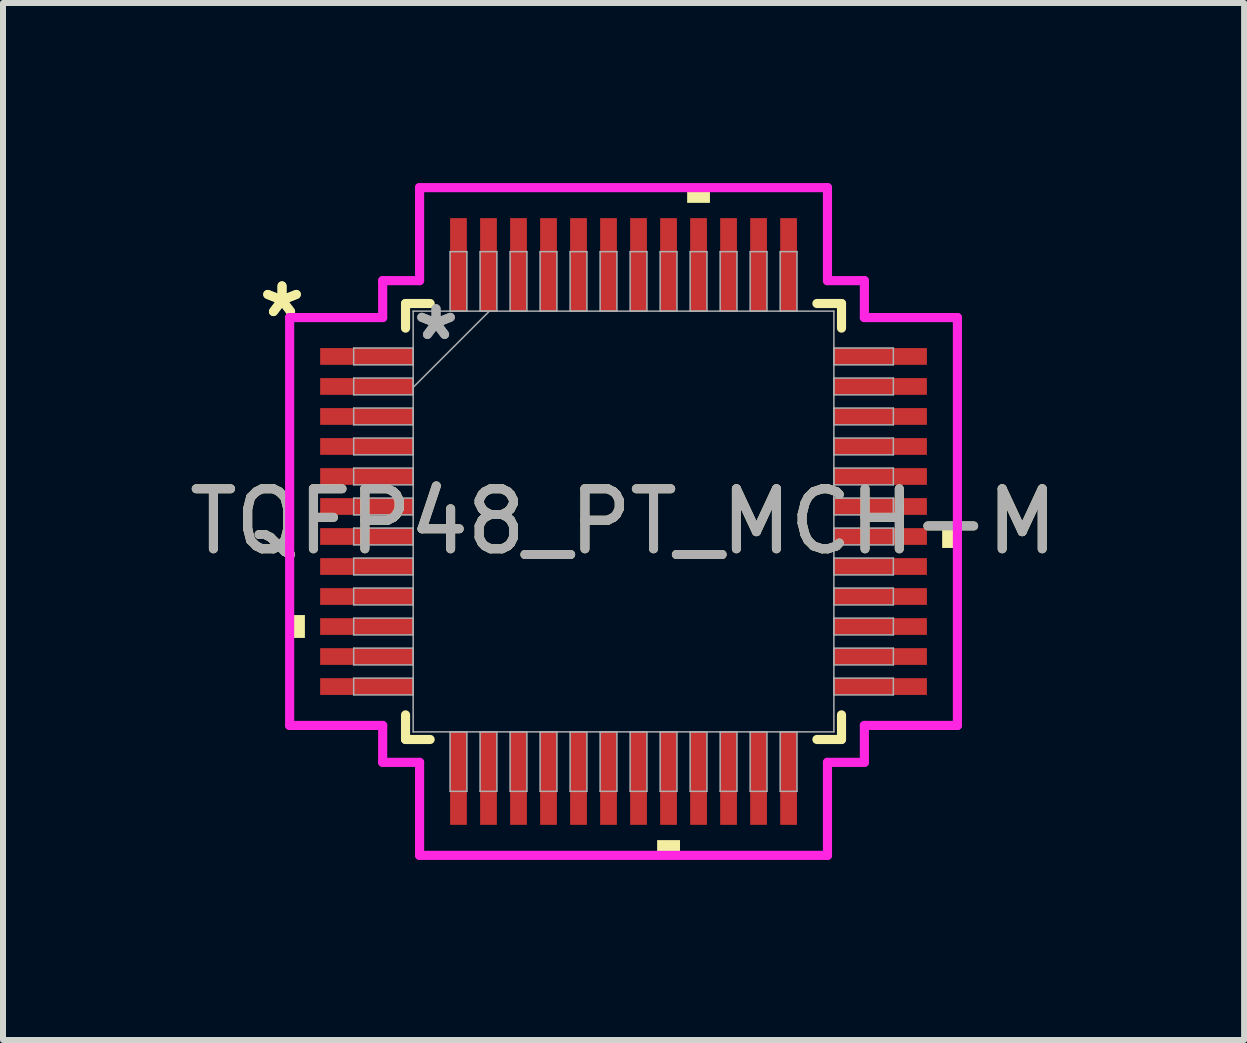
<source format=kicad_pcb>
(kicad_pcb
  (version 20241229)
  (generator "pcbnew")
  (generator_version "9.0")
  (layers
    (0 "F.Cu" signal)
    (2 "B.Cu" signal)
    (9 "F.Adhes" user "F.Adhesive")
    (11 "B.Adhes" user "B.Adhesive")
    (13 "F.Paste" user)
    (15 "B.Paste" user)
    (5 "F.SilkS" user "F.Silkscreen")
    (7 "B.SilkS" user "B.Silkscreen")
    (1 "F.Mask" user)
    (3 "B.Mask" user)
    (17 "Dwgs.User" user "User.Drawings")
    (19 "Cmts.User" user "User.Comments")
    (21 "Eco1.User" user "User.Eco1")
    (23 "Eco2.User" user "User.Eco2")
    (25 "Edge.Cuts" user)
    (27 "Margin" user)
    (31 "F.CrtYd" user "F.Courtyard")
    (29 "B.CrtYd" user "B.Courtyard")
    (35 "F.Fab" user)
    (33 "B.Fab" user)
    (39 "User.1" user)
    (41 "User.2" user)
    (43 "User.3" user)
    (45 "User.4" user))
  (footprint "TQFP48_PT_MCH-M"
    (layer "F.Cu")
    (at 7.339 5.639)
    (property "Reference" "TQFP48_PT_MCH-M" (at 0 0 0) (unlocked yes) (layer "F.SilkS") (effects (font (size 1 1) (thickness 0.15))))
    (attr smd)
    (fp_line (start -3.632 -3.632) (end -3.632 -3.222) (stroke (width 0.152) (type solid)) (layer "F.SilkS"))
    (fp_line (start -3.632 3.222) (end -3.632 3.632) (stroke (width 0.152) (type solid)) (layer "F.SilkS"))
    (fp_line (start -3.632 3.632) (end -3.222 3.632) (stroke (width 0.152) (type solid)) (layer "F.SilkS"))
    (fp_line (start -3.222 -3.632) (end -3.632 -3.632) (stroke (width 0.152) (type solid)) (layer "F.SilkS"))
    (fp_line (start 3.222 3.632) (end 3.632 3.632) (stroke (width 0.152) (type solid)) (layer "F.SilkS"))
    (fp_line (start 3.632 -3.632) (end 3.222 -3.632) (stroke (width 0.152) (type solid)) (layer "F.SilkS"))
    (fp_line (start 3.632 -3.222) (end 3.632 -3.632) (stroke (width 0.152) (type solid)) (layer "F.SilkS"))
    (fp_line (start 3.632 3.632) (end 3.632 3.222) (stroke (width 0.152) (type solid)) (layer "F.SilkS"))
    (fp_poly (pts (xy -5.563 1.559) (xy -5.563 1.94) (xy -5.309 1.94) (xy -5.309 1.559)) (stroke (width 0) (type solid)) (fill yes) (layer "F.SilkS"))
    (fp_poly (pts (xy 0.56 5.309) (xy 0.56 5.563) (xy 0.941 5.563) (xy 0.941 5.309)) (stroke (width 0) (type solid)) (fill yes) (layer "F.SilkS"))
    (fp_poly (pts (xy 1.06 -5.309) (xy 1.06 -5.563) (xy 1.44 -5.563) (xy 1.44 -5.309)) (stroke (width 0) (type solid)) (fill yes) (layer "F.SilkS"))
    (fp_poly (pts (xy 5.563 0.059) (xy 5.563 0.441) (xy 5.309 0.441) (xy 5.309 0.059)) (stroke (width 0) (type solid)) (fill yes) (layer "F.SilkS"))
    (fp_line (start -5.563 -3.398) (end -4.013 -3.398) (stroke (width 0.152) (type solid)) (layer "F.CrtYd"))
    (fp_line (start -5.563 3.398) (end -5.563 -3.398) (stroke (width 0.152) (type solid)) (layer "F.CrtYd"))
    (fp_line (start -4.013 -4.013) (end -3.398 -4.013) (stroke (width 0.152) (type solid)) (layer "F.CrtYd"))
    (fp_line (start -4.013 -3.398) (end -4.013 -4.013) (stroke (width 0.152) (type solid)) (layer "F.CrtYd"))
    (fp_line (start -4.013 3.398) (end -5.563 3.398) (stroke (width 0.152) (type solid)) (layer "F.CrtYd"))
    (fp_line (start -4.013 4.013) (end -4.013 3.398) (stroke (width 0.152) (type solid)) (layer "F.CrtYd"))
    (fp_line (start -4.013 4.013) (end -3.398 4.013) (stroke (width 0.152) (type solid)) (layer "F.CrtYd"))
    (fp_line (start -3.398 -5.563) (end 3.398 -5.563) (stroke (width 0.152) (type solid)) (layer "F.CrtYd"))
    (fp_line (start -3.398 -4.013) (end -3.398 -5.563) (stroke (width 0.152) (type solid)) (layer "F.CrtYd"))
    (fp_line (start -3.398 4.013) (end -3.398 5.563) (stroke (width 0.152) (type solid)) (layer "F.CrtYd"))
    (fp_line (start -3.398 5.563) (end 3.398 5.563) (stroke (width 0.152) (type solid)) (layer "F.CrtYd"))
    (fp_line (start 3.398 -5.563) (end 3.398 -4.013) (stroke (width 0.152) (type solid)) (layer "F.CrtYd"))
    (fp_line (start 3.398 -4.013) (end 4.013 -4.013) (stroke (width 0.152) (type solid)) (layer "F.CrtYd"))
    (fp_line (start 3.398 4.013) (end 4.013 4.013) (stroke (width 0.152) (type solid)) (layer "F.CrtYd"))
    (fp_line (start 3.398 5.563) (end 3.398 4.013) (stroke (width 0.152) (type solid)) (layer "F.CrtYd"))
    (fp_line (start 4.013 -3.398) (end 4.013 -4.013) (stroke (width 0.152) (type solid)) (layer "F.CrtYd"))
    (fp_line (start 4.013 3.398) (end 5.563 3.398) (stroke (width 0.152) (type solid)) (layer "F.CrtYd"))
    (fp_line (start 4.013 4.013) (end 4.013 3.398) (stroke (width 0.152) (type solid)) (layer "F.CrtYd"))
    (fp_line (start 5.563 -3.398) (end 4.013 -3.398) (stroke (width 0.152) (type solid)) (layer "F.CrtYd"))
    (fp_line (start 5.563 3.398) (end 5.563 -3.398) (stroke (width 0.152) (type solid)) (layer "F.CrtYd"))
    (fp_line (start -4.496 -2.89) (end -4.496 -2.61) (stroke (width 0.025) (type solid)) (layer "F.Fab"))
    (fp_line (start -4.496 -2.61) (end -3.505 -2.61) (stroke (width 0.025) (type solid)) (layer "F.Fab"))
    (fp_line (start -4.496 -2.39) (end -4.496 -2.11) (stroke (width 0.025) (type solid)) (layer "F.Fab"))
    (fp_line (start -4.496 -2.11) (end -3.505 -2.11) (stroke (width 0.025) (type solid)) (layer "F.Fab"))
    (fp_line (start -4.496 -1.89) (end -4.496 -1.61) (stroke (width 0.025) (type solid)) (layer "F.Fab"))
    (fp_line (start -4.496 -1.61) (end -3.505 -1.61) (stroke (width 0.025) (type solid)) (layer "F.Fab"))
    (fp_line (start -4.496 -1.39) (end -4.496 -1.11) (stroke (width 0.025) (type solid)) (layer "F.Fab"))
    (fp_line (start -4.496 -1.11) (end -3.505 -1.11) (stroke (width 0.025) (type solid)) (layer "F.Fab"))
    (fp_line (start -4.496 -0.89) (end -4.496 -0.61) (stroke (width 0.025) (type solid)) (layer "F.Fab"))
    (fp_line (start -4.496 -0.61) (end -3.505 -0.61) (stroke (width 0.025) (type solid)) (layer "F.Fab"))
    (fp_line (start -4.496 -0.39) (end -4.496 -0.11) (stroke (width 0.025) (type solid)) (layer "F.Fab"))
    (fp_line (start -4.496 -0.11) (end -3.505 -0.11) (stroke (width 0.025) (type solid)) (layer "F.Fab"))
    (fp_line (start -4.496 0.11) (end -4.496 0.39) (stroke (width 0.025) (type solid)) (layer "F.Fab"))
    (fp_line (start -4.496 0.39) (end -3.505 0.39) (stroke (width 0.025) (type solid)) (layer "F.Fab"))
    (fp_line (start -4.496 0.61) (end -4.496 0.89) (stroke (width 0.025) (type solid)) (layer "F.Fab"))
    (fp_line (start -4.496 0.89) (end -3.505 0.89) (stroke (width 0.025) (type solid)) (layer "F.Fab"))
    (fp_line (start -4.496 1.11) (end -4.496 1.39) (stroke (width 0.025) (type solid)) (layer "F.Fab"))
    (fp_line (start -4.496 1.39) (end -3.505 1.39) (stroke (width 0.025) (type solid)) (layer "F.Fab"))
    (fp_line (start -4.496 1.61) (end -4.496 1.89) (stroke (width 0.025) (type solid)) (layer "F.Fab"))
    (fp_line (start -4.496 1.89) (end -3.505 1.89) (stroke (width 0.025) (type solid)) (layer "F.Fab"))
    (fp_line (start -4.496 2.11) (end -4.496 2.39) (stroke (width 0.025) (type solid)) (layer "F.Fab"))
    (fp_line (start -4.496 2.39) (end -3.505 2.39) (stroke (width 0.025) (type solid)) (layer "F.Fab"))
    (fp_line (start -4.496 2.61) (end -4.496 2.89) (stroke (width 0.025) (type solid)) (layer "F.Fab"))
    (fp_line (start -4.496 2.89) (end -3.505 2.89) (stroke (width 0.025) (type solid)) (layer "F.Fab"))
    (fp_line (start -3.505 -3.505) (end -3.505 3.505) (stroke (width 0.025) (type solid)) (layer "F.Fab"))
    (fp_line (start -3.505 -2.89) (end -4.496 -2.89) (stroke (width 0.025) (type solid)) (layer "F.Fab"))
    (fp_line (start -3.505 -2.61) (end -3.505 -2.89) (stroke (width 0.025) (type solid)) (layer "F.Fab"))
    (fp_line (start -3.505 -2.39) (end -4.496 -2.39) (stroke (width 0.025) (type solid)) (layer "F.Fab"))
    (fp_line (start -3.505 -2.235) (end -2.235 -3.505) (stroke (width 0.025) (type solid)) (layer "F.Fab"))
    (fp_line (start -3.505 -2.11) (end -3.505 -2.39) (stroke (width 0.025) (type solid)) (layer "F.Fab"))
    (fp_line (start -3.505 -1.89) (end -4.496 -1.89) (stroke (width 0.025) (type solid)) (layer "F.Fab"))
    (fp_line (start -3.505 -1.61) (end -3.505 -1.89) (stroke (width 0.025) (type solid)) (layer "F.Fab"))
    (fp_line (start -3.505 -1.39) (end -4.496 -1.39) (stroke (width 0.025) (type solid)) (layer "F.Fab"))
    (fp_line (start -3.505 -1.11) (end -3.505 -1.39) (stroke (width 0.025) (type solid)) (layer "F.Fab"))
    (fp_line (start -3.505 -0.89) (end -4.496 -0.89) (stroke (width 0.025) (type solid)) (layer "F.Fab"))
    (fp_line (start -3.505 -0.61) (end -3.505 -0.89) (stroke (width 0.025) (type solid)) (layer "F.Fab"))
    (fp_line (start -3.505 -0.39) (end -4.496 -0.39) (stroke (width 0.025) (type solid)) (layer "F.Fab"))
    (fp_line (start -3.505 -0.11) (end -3.505 -0.39) (stroke (width 0.025) (type solid)) (layer "F.Fab"))
    (fp_line (start -3.505 0.11) (end -4.496 0.11) (stroke (width 0.025) (type solid)) (layer "F.Fab"))
    (fp_line (start -3.505 0.39) (end -3.505 0.11) (stroke (width 0.025) (type solid)) (layer "F.Fab"))
    (fp_line (start -3.505 0.61) (end -4.496 0.61) (stroke (width 0.025) (type solid)) (layer "F.Fab"))
    (fp_line (start -3.505 0.89) (end -3.505 0.61) (stroke (width 0.025) (type solid)) (layer "F.Fab"))
    (fp_line (start -3.505 1.11) (end -4.496 1.11) (stroke (width 0.025) (type solid)) (layer "F.Fab"))
    (fp_line (start -3.505 1.39) (end -3.505 1.11) (stroke (width 0.025) (type solid)) (layer "F.Fab"))
    (fp_line (start -3.505 1.61) (end -4.496 1.61) (stroke (width 0.025) (type solid)) (layer "F.Fab"))
    (fp_line (start -3.505 1.89) (end -3.505 1.61) (stroke (width 0.025) (type solid)) (layer "F.Fab"))
    (fp_line (start -3.505 2.11) (end -4.496 2.11) (stroke (width 0.025) (type solid)) (layer "F.Fab"))
    (fp_line (start -3.505 2.39) (end -3.505 2.11) (stroke (width 0.025) (type solid)) (layer "F.Fab"))
    (fp_line (start -3.505 2.61) (end -4.496 2.61) (stroke (width 0.025) (type solid)) (layer "F.Fab"))
    (fp_line (start -3.505 2.89) (end -3.505 2.61) (stroke (width 0.025) (type solid)) (layer "F.Fab"))
    (fp_line (start -3.505 3.505) (end 3.505 3.505) (stroke (width 0.025) (type solid)) (layer "F.Fab"))
    (fp_line (start -2.89 -4.496) (end -2.89 -3.505) (stroke (width 0.025) (type solid)) (layer "F.Fab"))
    (fp_line (start -2.89 -3.505) (end -2.61 -3.505) (stroke (width 0.025) (type solid)) (layer "F.Fab"))
    (fp_line (start -2.89 3.505) (end -2.89 4.496) (stroke (width 0.025) (type solid)) (layer "F.Fab"))
    (fp_line (start -2.89 4.496) (end -2.61 4.496) (stroke (width 0.025) (type solid)) (layer "F.Fab"))
    (fp_line (start -2.61 -4.496) (end -2.89 -4.496) (stroke (width 0.025) (type solid)) (layer "F.Fab"))
    (fp_line (start -2.61 -3.505) (end -2.61 -4.496) (stroke (width 0.025) (type solid)) (layer "F.Fab"))
    (fp_line (start -2.61 3.505) (end -2.89 3.505) (stroke (width 0.025) (type solid)) (layer "F.Fab"))
    (fp_line (start -2.61 4.496) (end -2.61 3.505) (stroke (width 0.025) (type solid)) (layer "F.Fab"))
    (fp_line (start -2.39 -4.496) (end -2.39 -3.505) (stroke (width 0.025) (type solid)) (layer "F.Fab"))
    (fp_line (start -2.39 -3.505) (end -2.11 -3.505) (stroke (width 0.025) (type solid)) (layer "F.Fab"))
    (fp_line (start -2.39 3.505) (end -2.39 4.496) (stroke (width 0.025) (type solid)) (layer "F.Fab"))
    (fp_line (start -2.39 4.496) (end -2.11 4.496) (stroke (width 0.025) (type solid)) (layer "F.Fab"))
    (fp_line (start -2.11 -4.496) (end -2.39 -4.496) (stroke (width 0.025) (type solid)) (layer "F.Fab"))
    (fp_line (start -2.11 -3.505) (end -2.11 -4.496) (stroke (width 0.025) (type solid)) (layer "F.Fab"))
    (fp_line (start -2.11 3.505) (end -2.39 3.505) (stroke (width 0.025) (type solid)) (layer "F.Fab"))
    (fp_line (start -2.11 4.496) (end -2.11 3.505) (stroke (width 0.025) (type solid)) (layer "F.Fab"))
    (fp_line (start -1.89 -4.496) (end -1.89 -3.505) (stroke (width 0.025) (type solid)) (layer "F.Fab"))
    (fp_line (start -1.89 -3.505) (end -1.61 -3.505) (stroke (width 0.025) (type solid)) (layer "F.Fab"))
    (fp_line (start -1.89 3.505) (end -1.89 4.496) (stroke (width 0.025) (type solid)) (layer "F.Fab"))
    (fp_line (start -1.89 4.496) (end -1.61 4.496) (stroke (width 0.025) (type solid)) (layer "F.Fab"))
    (fp_line (start -1.61 -4.496) (end -1.89 -4.496) (stroke (width 0.025) (type solid)) (layer "F.Fab"))
    (fp_line (start -1.61 -3.505) (end -1.61 -4.496) (stroke (width 0.025) (type solid)) (layer "F.Fab"))
    (fp_line (start -1.61 3.505) (end -1.89 3.505) (stroke (width 0.025) (type solid)) (layer "F.Fab"))
    (fp_line (start -1.61 4.496) (end -1.61 3.505) (stroke (width 0.025) (type solid)) (layer "F.Fab"))
    (fp_line (start -1.39 -4.496) (end -1.39 -3.505) (stroke (width 0.025) (type solid)) (layer "F.Fab"))
    (fp_line (start -1.39 -3.505) (end -1.11 -3.505) (stroke (width 0.025) (type solid)) (layer "F.Fab"))
    (fp_line (start -1.39 3.505) (end -1.39 4.496) (stroke (width 0.025) (type solid)) (layer "F.Fab"))
    (fp_line (start -1.39 4.496) (end -1.11 4.496) (stroke (width 0.025) (type solid)) (layer "F.Fab"))
    (fp_line (start -1.11 -4.496) (end -1.39 -4.496) (stroke (width 0.025) (type solid)) (layer "F.Fab"))
    (fp_line (start -1.11 -3.505) (end -1.11 -4.496) (stroke (width 0.025) (type solid)) (layer "F.Fab"))
    (fp_line (start -1.11 3.505) (end -1.39 3.505) (stroke (width 0.025) (type solid)) (layer "F.Fab"))
    (fp_line (start -1.11 4.496) (end -1.11 3.505) (stroke (width 0.025) (type solid)) (layer "F.Fab"))
    (fp_line (start -0.89 -4.496) (end -0.89 -3.505) (stroke (width 0.025) (type solid)) (layer "F.Fab"))
    (fp_line (start -0.89 -3.505) (end -0.61 -3.505) (stroke (width 0.025) (type solid)) (layer "F.Fab"))
    (fp_line (start -0.89 3.505) (end -0.89 4.496) (stroke (width 0.025) (type solid)) (layer "F.Fab"))
    (fp_line (start -0.89 4.496) (end -0.61 4.496) (stroke (width 0.025) (type solid)) (layer "F.Fab"))
    (fp_line (start -0.61 -4.496) (end -0.89 -4.496) (stroke (width 0.025) (type solid)) (layer "F.Fab"))
    (fp_line (start -0.61 -3.505) (end -0.61 -4.496) (stroke (width 0.025) (type solid)) (layer "F.Fab"))
    (fp_line (start -0.61 3.505) (end -0.89 3.505) (stroke (width 0.025) (type solid)) (layer "F.Fab"))
    (fp_line (start -0.61 4.496) (end -0.61 3.505) (stroke (width 0.025) (type solid)) (layer "F.Fab"))
    (fp_line (start -0.39 -4.496) (end -0.39 -3.505) (stroke (width 0.025) (type solid)) (layer "F.Fab"))
    (fp_line (start -0.39 -3.505) (end -0.11 -3.505) (stroke (width 0.025) (type solid)) (layer "F.Fab"))
    (fp_line (start -0.39 3.505) (end -0.39 4.496) (stroke (width 0.025) (type solid)) (layer "F.Fab"))
    (fp_line (start -0.39 4.496) (end -0.11 4.496) (stroke (width 0.025) (type solid)) (layer "F.Fab"))
    (fp_line (start -0.11 -4.496) (end -0.39 -4.496) (stroke (width 0.025) (type solid)) (layer "F.Fab"))
    (fp_line (start -0.11 -3.505) (end -0.11 -4.496) (stroke (width 0.025) (type solid)) (layer "F.Fab"))
    (fp_line (start -0.11 3.505) (end -0.39 3.505) (stroke (width 0.025) (type solid)) (layer "F.Fab"))
    (fp_line (start -0.11 4.496) (end -0.11 3.505) (stroke (width 0.025) (type solid)) (layer "F.Fab"))
    (fp_line (start 0.11 -4.496) (end 0.11 -3.505) (stroke (width 0.025) (type solid)) (layer "F.Fab"))
    (fp_line (start 0.11 -3.505) (end 0.39 -3.505) (stroke (width 0.025) (type solid)) (layer "F.Fab"))
    (fp_line (start 0.11 3.505) (end 0.11 4.496) (stroke (width 0.025) (type solid)) (layer "F.Fab"))
    (fp_line (start 0.11 4.496) (end 0.39 4.496) (stroke (width 0.025) (type solid)) (layer "F.Fab"))
    (fp_line (start 0.39 -4.496) (end 0.11 -4.496) (stroke (width 0.025) (type solid)) (layer "F.Fab"))
    (fp_line (start 0.39 -3.505) (end 0.39 -4.496) (stroke (width 0.025) (type solid)) (layer "F.Fab"))
    (fp_line (start 0.39 3.505) (end 0.11 3.505) (stroke (width 0.025) (type solid)) (layer "F.Fab"))
    (fp_line (start 0.39 4.496) (end 0.39 3.505) (stroke (width 0.025) (type solid)) (layer "F.Fab"))
    (fp_line (start 0.61 -4.496) (end 0.61 -3.505) (stroke (width 0.025) (type solid)) (layer "F.Fab"))
    (fp_line (start 0.61 -3.505) (end 0.89 -3.505) (stroke (width 0.025) (type solid)) (layer "F.Fab"))
    (fp_line (start 0.61 3.505) (end 0.61 4.496) (stroke (width 0.025) (type solid)) (layer "F.Fab"))
    (fp_line (start 0.61 4.496) (end 0.89 4.496) (stroke (width 0.025) (type solid)) (layer "F.Fab"))
    (fp_line (start 0.89 -4.496) (end 0.61 -4.496) (stroke (width 0.025) (type solid)) (layer "F.Fab"))
    (fp_line (start 0.89 -3.505) (end 0.89 -4.496) (stroke (width 0.025) (type solid)) (layer "F.Fab"))
    (fp_line (start 0.89 3.505) (end 0.61 3.505) (stroke (width 0.025) (type solid)) (layer "F.Fab"))
    (fp_line (start 0.89 4.496) (end 0.89 3.505) (stroke (width 0.025) (type solid)) (layer "F.Fab"))
    (fp_line (start 1.11 -4.496) (end 1.11 -3.505) (stroke (width 0.025) (type solid)) (layer "F.Fab"))
    (fp_line (start 1.11 -3.505) (end 1.39 -3.505) (stroke (width 0.025) (type solid)) (layer "F.Fab"))
    (fp_line (start 1.11 3.505) (end 1.11 4.496) (stroke (width 0.025) (type solid)) (layer "F.Fab"))
    (fp_line (start 1.11 4.496) (end 1.39 4.496) (stroke (width 0.025) (type solid)) (layer "F.Fab"))
    (fp_line (start 1.39 -4.496) (end 1.11 -4.496) (stroke (width 0.025) (type solid)) (layer "F.Fab"))
    (fp_line (start 1.39 -3.505) (end 1.39 -4.496) (stroke (width 0.025) (type solid)) (layer "F.Fab"))
    (fp_line (start 1.39 3.505) (end 1.11 3.505) (stroke (width 0.025) (type solid)) (layer "F.Fab"))
    (fp_line (start 1.39 4.496) (end 1.39 3.505) (stroke (width 0.025) (type solid)) (layer "F.Fab"))
    (fp_line (start 1.61 -4.496) (end 1.61 -3.505) (stroke (width 0.025) (type solid)) (layer "F.Fab"))
    (fp_line (start 1.61 -3.505) (end 1.89 -3.505) (stroke (width 0.025) (type solid)) (layer "F.Fab"))
    (fp_line (start 1.61 3.505) (end 1.61 4.496) (stroke (width 0.025) (type solid)) (layer "F.Fab"))
    (fp_line (start 1.61 4.496) (end 1.89 4.496) (stroke (width 0.025) (type solid)) (layer "F.Fab"))
    (fp_line (start 1.89 -4.496) (end 1.61 -4.496) (stroke (width 0.025) (type solid)) (layer "F.Fab"))
    (fp_line (start 1.89 -3.505) (end 1.89 -4.496) (stroke (width 0.025) (type solid)) (layer "F.Fab"))
    (fp_line (start 1.89 3.505) (end 1.61 3.505) (stroke (width 0.025) (type solid)) (layer "F.Fab"))
    (fp_line (start 1.89 4.496) (end 1.89 3.505) (stroke (width 0.025) (type solid)) (layer "F.Fab"))
    (fp_line (start 2.11 -4.496) (end 2.11 -3.505) (stroke (width 0.025) (type solid)) (layer "F.Fab"))
    (fp_line (start 2.11 -3.505) (end 2.39 -3.505) (stroke (width 0.025) (type solid)) (layer "F.Fab"))
    (fp_line (start 2.11 3.505) (end 2.11 4.496) (stroke (width 0.025) (type solid)) (layer "F.Fab"))
    (fp_line (start 2.11 4.496) (end 2.39 4.496) (stroke (width 0.025) (type solid)) (layer "F.Fab"))
    (fp_line (start 2.39 -4.496) (end 2.11 -4.496) (stroke (width 0.025) (type solid)) (layer "F.Fab"))
    (fp_line (start 2.39 -3.505) (end 2.39 -4.496) (stroke (width 0.025) (type solid)) (layer "F.Fab"))
    (fp_line (start 2.39 3.505) (end 2.11 3.505) (stroke (width 0.025) (type solid)) (layer "F.Fab"))
    (fp_line (start 2.39 4.496) (end 2.39 3.505) (stroke (width 0.025) (type solid)) (layer "F.Fab"))
    (fp_line (start 2.61 -4.496) (end 2.61 -3.505) (stroke (width 0.025) (type solid)) (layer "F.Fab"))
    (fp_line (start 2.61 -3.505) (end 2.89 -3.505) (stroke (width 0.025) (type solid)) (layer "F.Fab"))
    (fp_line (start 2.61 3.505) (end 2.61 4.496) (stroke (width 0.025) (type solid)) (layer "F.Fab"))
    (fp_line (start 2.61 4.496) (end 2.89 4.496) (stroke (width 0.025) (type solid)) (layer "F.Fab"))
    (fp_line (start 2.89 -4.496) (end 2.61 -4.496) (stroke (width 0.025) (type solid)) (layer "F.Fab"))
    (fp_line (start 2.89 -3.505) (end 2.89 -4.496) (stroke (width 0.025) (type solid)) (layer "F.Fab"))
    (fp_line (start 2.89 3.505) (end 2.61 3.505) (stroke (width 0.025) (type solid)) (layer "F.Fab"))
    (fp_line (start 2.89 4.496) (end 2.89 3.505) (stroke (width 0.025) (type solid)) (layer "F.Fab"))
    (fp_line (start 3.505 -3.505) (end -3.505 -3.505) (stroke (width 0.025) (type solid)) (layer "F.Fab"))
    (fp_line (start 3.505 -2.89) (end 3.505 -2.61) (stroke (width 0.025) (type solid)) (layer "F.Fab"))
    (fp_line (start 3.505 -2.61) (end 4.496 -2.61) (stroke (width 0.025) (type solid)) (layer "F.Fab"))
    (fp_line (start 3.505 -2.39) (end 3.505 -2.11) (stroke (width 0.025) (type solid)) (layer "F.Fab"))
    (fp_line (start 3.505 -2.11) (end 4.496 -2.11) (stroke (width 0.025) (type solid)) (layer "F.Fab"))
    (fp_line (start 3.505 -1.89) (end 3.505 -1.61) (stroke (width 0.025) (type solid)) (layer "F.Fab"))
    (fp_line (start 3.505 -1.61) (end 4.496 -1.61) (stroke (width 0.025) (type solid)) (layer "F.Fab"))
    (fp_line (start 3.505 -1.39) (end 3.505 -1.11) (stroke (width 0.025) (type solid)) (layer "F.Fab"))
    (fp_line (start 3.505 -1.11) (end 4.496 -1.11) (stroke (width 0.025) (type solid)) (layer "F.Fab"))
    (fp_line (start 3.505 -0.89) (end 3.505 -0.61) (stroke (width 0.025) (type solid)) (layer "F.Fab"))
    (fp_line (start 3.505 -0.61) (end 4.496 -0.61) (stroke (width 0.025) (type solid)) (layer "F.Fab"))
    (fp_line (start 3.505 -0.39) (end 3.505 -0.11) (stroke (width 0.025) (type solid)) (layer "F.Fab"))
    (fp_line (start 3.505 -0.11) (end 4.496 -0.11) (stroke (width 0.025) (type solid)) (layer "F.Fab"))
    (fp_line (start 3.505 0.11) (end 3.505 0.39) (stroke (width 0.025) (type solid)) (layer "F.Fab"))
    (fp_line (start 3.505 0.39) (end 4.496 0.39) (stroke (width 0.025) (type solid)) (layer "F.Fab"))
    (fp_line (start 3.505 0.61) (end 3.505 0.89) (stroke (width 0.025) (type solid)) (layer "F.Fab"))
    (fp_line (start 3.505 0.89) (end 4.496 0.89) (stroke (width 0.025) (type solid)) (layer "F.Fab"))
    (fp_line (start 3.505 1.11) (end 3.505 1.39) (stroke (width 0.025) (type solid)) (layer "F.Fab"))
    (fp_line (start 3.505 1.39) (end 4.496 1.39) (stroke (width 0.025) (type solid)) (layer "F.Fab"))
    (fp_line (start 3.505 1.61) (end 3.505 1.89) (stroke (width 0.025) (type solid)) (layer "F.Fab"))
    (fp_line (start 3.505 1.89) (end 4.496 1.89) (stroke (width 0.025) (type solid)) (layer "F.Fab"))
    (fp_line (start 3.505 2.11) (end 3.505 2.39) (stroke (width 0.025) (type solid)) (layer "F.Fab"))
    (fp_line (start 3.505 2.39) (end 4.496 2.39) (stroke (width 0.025) (type solid)) (layer "F.Fab"))
    (fp_line (start 3.505 2.61) (end 3.505 2.89) (stroke (width 0.025) (type solid)) (layer "F.Fab"))
    (fp_line (start 3.505 2.89) (end 4.496 2.89) (stroke (width 0.025) (type solid)) (layer "F.Fab"))
    (fp_line (start 3.505 3.505) (end 3.505 -3.505) (stroke (width 0.025) (type solid)) (layer "F.Fab"))
    (fp_line (start 4.496 -2.89) (end 3.505 -2.89) (stroke (width 0.025) (type solid)) (layer "F.Fab"))
    (fp_line (start 4.496 -2.61) (end 4.496 -2.89) (stroke (width 0.025) (type solid)) (layer "F.Fab"))
    (fp_line (start 4.496 -2.39) (end 3.505 -2.39) (stroke (width 0.025) (type solid)) (layer "F.Fab"))
    (fp_line (start 4.496 -2.11) (end 4.496 -2.39) (stroke (width 0.025) (type solid)) (layer "F.Fab"))
    (fp_line (start 4.496 -1.89) (end 3.505 -1.89) (stroke (width 0.025) (type solid)) (layer "F.Fab"))
    (fp_line (start 4.496 -1.61) (end 4.496 -1.89) (stroke (width 0.025) (type solid)) (layer "F.Fab"))
    (fp_line (start 4.496 -1.39) (end 3.505 -1.39) (stroke (width 0.025) (type solid)) (layer "F.Fab"))
    (fp_line (start 4.496 -1.11) (end 4.496 -1.39) (stroke (width 0.025) (type solid)) (layer "F.Fab"))
    (fp_line (start 4.496 -0.89) (end 3.505 -0.89) (stroke (width 0.025) (type solid)) (layer "F.Fab"))
    (fp_line (start 4.496 -0.61) (end 4.496 -0.89) (stroke (width 0.025) (type solid)) (layer "F.Fab"))
    (fp_line (start 4.496 -0.39) (end 3.505 -0.39) (stroke (width 0.025) (type solid)) (layer "F.Fab"))
    (fp_line (start 4.496 -0.11) (end 4.496 -0.39) (stroke (width 0.025) (type solid)) (layer "F.Fab"))
    (fp_line (start 4.496 0.11) (end 3.505 0.11) (stroke (width 0.025) (type solid)) (layer "F.Fab"))
    (fp_line (start 4.496 0.39) (end 4.496 0.11) (stroke (width 0.025) (type solid)) (layer "F.Fab"))
    (fp_line (start 4.496 0.61) (end 3.505 0.61) (stroke (width 0.025) (type solid)) (layer "F.Fab"))
    (fp_line (start 4.496 0.89) (end 4.496 0.61) (stroke (width 0.025) (type solid)) (layer "F.Fab"))
    (fp_line (start 4.496 1.11) (end 3.505 1.11) (stroke (width 0.025) (type solid)) (layer "F.Fab"))
    (fp_line (start 4.496 1.39) (end 4.496 1.11) (stroke (width 0.025) (type solid)) (layer "F.Fab"))
    (fp_line (start 4.496 1.61) (end 3.505 1.61) (stroke (width 0.025) (type solid)) (layer "F.Fab"))
    (fp_line (start 4.496 1.89) (end 4.496 1.61) (stroke (width 0.025) (type solid)) (layer "F.Fab"))
    (fp_line (start 4.496 2.11) (end 3.505 2.11) (stroke (width 0.025) (type solid)) (layer "F.Fab"))
    (fp_line (start 4.496 2.39) (end 4.496 2.11) (stroke (width 0.025) (type solid)) (layer "F.Fab"))
    (fp_line (start 4.496 2.61) (end 3.505 2.61) (stroke (width 0.025) (type solid)) (layer "F.Fab"))
    (fp_line (start 4.496 2.89) (end 4.496 2.61) (stroke (width 0.025) (type solid)) (layer "F.Fab"))
    (fp_text user "*" (at -5.69 -3.381 0) (layer "F.SilkS") (effects (font (size 1 1) (thickness 0.15))))
    (fp_text user "*" (at -5.69 -3.381 0) (unlocked yes) (layer "F.SilkS") (effects (font (size 1 1) (thickness 0.15))))
    (fp_text user "${REFERENCE}" (at 0 0 0) (unlocked yes) (layer "F.Fab") (effects (font (size 1 1) (thickness 0.15))))
    (fp_text user "*" (at -3.124 -3 0) (unlocked yes) (layer "F.Fab") (effects (font (size 1 1) (thickness 0.15))))
    (fp_text user "*" (at -3.124 -3 0) (layer "F.Fab") (effects (font (size 1 1) (thickness 0.15))))
    (pad "1" smd rect (at -4.28 -2.75 90) (size 0.279 1.549) (layers "F.Cu" "F.Mask" "F.Paste"))
    (pad "2" smd rect (at -4.28 -2.25 90) (size 0.279 1.549) (layers "F.Cu" "F.Mask" "F.Paste"))
    (pad "3" smd rect (at -4.28 -1.75 90) (size 0.279 1.549) (layers "F.Cu" "F.Mask" "F.Paste"))
    (pad "4" smd rect (at -4.28 -1.25 90) (size 0.279 1.549) (layers "F.Cu" "F.Mask" "F.Paste"))
    (pad "5" smd rect (at -4.28 -0.75 90) (size 0.279 1.549) (layers "F.Cu" "F.Mask" "F.Paste"))
    (pad "6" smd rect (at -4.28 -0.25 90) (size 0.279 1.549) (layers "F.Cu" "F.Mask" "F.Paste"))
    (pad "7" smd rect (at -4.28 0.25 90) (size 0.279 1.549) (layers "F.Cu" "F.Mask" "F.Paste"))
    (pad "8" smd rect (at -4.28 0.75 90) (size 0.279 1.549) (layers "F.Cu" "F.Mask" "F.Paste"))
    (pad "9" smd rect (at -4.28 1.25 90) (size 0.279 1.549) (layers "F.Cu" "F.Mask" "F.Paste"))
    (pad "10" smd rect (at -4.28 1.75 90) (size 0.279 1.549) (layers "F.Cu" "F.Mask" "F.Paste"))
    (pad "11" smd rect (at -4.28 2.25 90) (size 0.279 1.549) (layers "F.Cu" "F.Mask" "F.Paste"))
    (pad "12" smd rect (at -4.28 2.75 90) (size 0.279 1.549) (layers "F.Cu" "F.Mask" "F.Paste"))
    (pad "13" smd rect (at -2.75 4.28) (size 0.279 1.549) (layers "F.Cu" "F.Mask" "F.Paste"))
    (pad "14" smd rect (at -2.25 4.28) (size 0.279 1.549) (layers "F.Cu" "F.Mask" "F.Paste"))
    (pad "15" smd rect (at -1.75 4.28) (size 0.279 1.549) (layers "F.Cu" "F.Mask" "F.Paste"))
    (pad "16" smd rect (at -1.25 4.28) (size 0.279 1.549) (layers "F.Cu" "F.Mask" "F.Paste"))
    (pad "17" smd rect (at -0.75 4.28) (size 0.279 1.549) (layers "F.Cu" "F.Mask" "F.Paste"))
    (pad "18" smd rect (at -0.25 4.28) (size 0.279 1.549) (layers "F.Cu" "F.Mask" "F.Paste"))
    (pad "19" smd rect (at 0.25 4.28) (size 0.279 1.549) (layers "F.Cu" "F.Mask" "F.Paste"))
    (pad "20" smd rect (at 0.75 4.28) (size 0.279 1.549) (layers "F.Cu" "F.Mask" "F.Paste"))
    (pad "21" smd rect (at 1.25 4.28) (size 0.279 1.549) (layers "F.Cu" "F.Mask" "F.Paste"))
    (pad "22" smd rect (at 1.75 4.28) (size 0.279 1.549) (layers "F.Cu" "F.Mask" "F.Paste"))
    (pad "23" smd rect (at 2.25 4.28) (size 0.279 1.549) (layers "F.Cu" "F.Mask" "F.Paste"))
    (pad "24" smd rect (at 2.75 4.28) (size 0.279 1.549) (layers "F.Cu" "F.Mask" "F.Paste"))
    (pad "25" smd rect (at 4.28 2.75 90) (size 0.279 1.549) (layers "F.Cu" "F.Mask" "F.Paste"))
    (pad "26" smd rect (at 4.28 2.25 90) (size 0.279 1.549) (layers "F.Cu" "F.Mask" "F.Paste"))
    (pad "27" smd rect (at 4.28 1.75 90) (size 0.279 1.549) (layers "F.Cu" "F.Mask" "F.Paste"))
    (pad "28" smd rect (at 4.28 1.25 90) (size 0.279 1.549) (layers "F.Cu" "F.Mask" "F.Paste"))
    (pad "29" smd rect (at 4.28 0.75 90) (size 0.279 1.549) (layers "F.Cu" "F.Mask" "F.Paste"))
    (pad "30" smd rect (at 4.28 0.25 90) (size 0.279 1.549) (layers "F.Cu" "F.Mask" "F.Paste"))
    (pad "31" smd rect (at 4.28 -0.25 90) (size 0.279 1.549) (layers "F.Cu" "F.Mask" "F.Paste"))
    (pad "32" smd rect (at 4.28 -0.75 90) (size 0.279 1.549) (layers "F.Cu" "F.Mask" "F.Paste"))
    (pad "33" smd rect (at 4.28 -1.25 90) (size 0.279 1.549) (layers "F.Cu" "F.Mask" "F.Paste"))
    (pad "34" smd rect (at 4.28 -1.75 90) (size 0.279 1.549) (layers "F.Cu" "F.Mask" "F.Paste"))
    (pad "35" smd rect (at 4.28 -2.25 90) (size 0.279 1.549) (layers "F.Cu" "F.Mask" "F.Paste"))
    (pad "36" smd rect (at 4.28 -2.75 90) (size 0.279 1.549) (layers "F.Cu" "F.Mask" "F.Paste"))
    (pad "37" smd rect (at 2.75 -4.28) (size 0.279 1.549) (layers "F.Cu" "F.Mask" "F.Paste"))
    (pad "38" smd rect (at 2.25 -4.28) (size 0.279 1.549) (layers "F.Cu" "F.Mask" "F.Paste"))
    (pad "39" smd rect (at 1.75 -4.28) (size 0.279 1.549) (layers "F.Cu" "F.Mask" "F.Paste"))
    (pad "40" smd rect (at 1.25 -4.28) (size 0.279 1.549) (layers "F.Cu" "F.Mask" "F.Paste"))
    (pad "41" smd rect (at 0.75 -4.28) (size 0.279 1.549) (layers "F.Cu" "F.Mask" "F.Paste"))
    (pad "42" smd rect (at 0.25 -4.28) (size 0.279 1.549) (layers "F.Cu" "F.Mask" "F.Paste"))
    (pad "43" smd rect (at -0.25 -4.28) (size 0.279 1.549) (layers "F.Cu" "F.Mask" "F.Paste"))
    (pad "44" smd rect (at -0.75 -4.28) (size 0.279 1.549) (layers "F.Cu" "F.Mask" "F.Paste"))
    (pad "45" smd rect (at -1.25 -4.28) (size 0.279 1.549) (layers "F.Cu" "F.Mask" "F.Paste"))
    (pad "46" smd rect (at -1.75 -4.28) (size 0.279 1.549) (layers "F.Cu" "F.Mask" "F.Paste"))
    (pad "47" smd rect (at -2.25 -4.28) (size 0.279 1.549) (layers "F.Cu" "F.Mask" "F.Paste"))
    (pad "48" smd rect (at -2.75 -4.28) (size 0.279 1.549) (layers "F.Cu" "F.Mask" "F.Paste")))
  (gr_rect
    (start -3 -3)
    (end 17.679 14.278)
    (stroke (width 0.1) (type default))
    (fill no)
    (layer "Edge.Cuts")))
</source>
